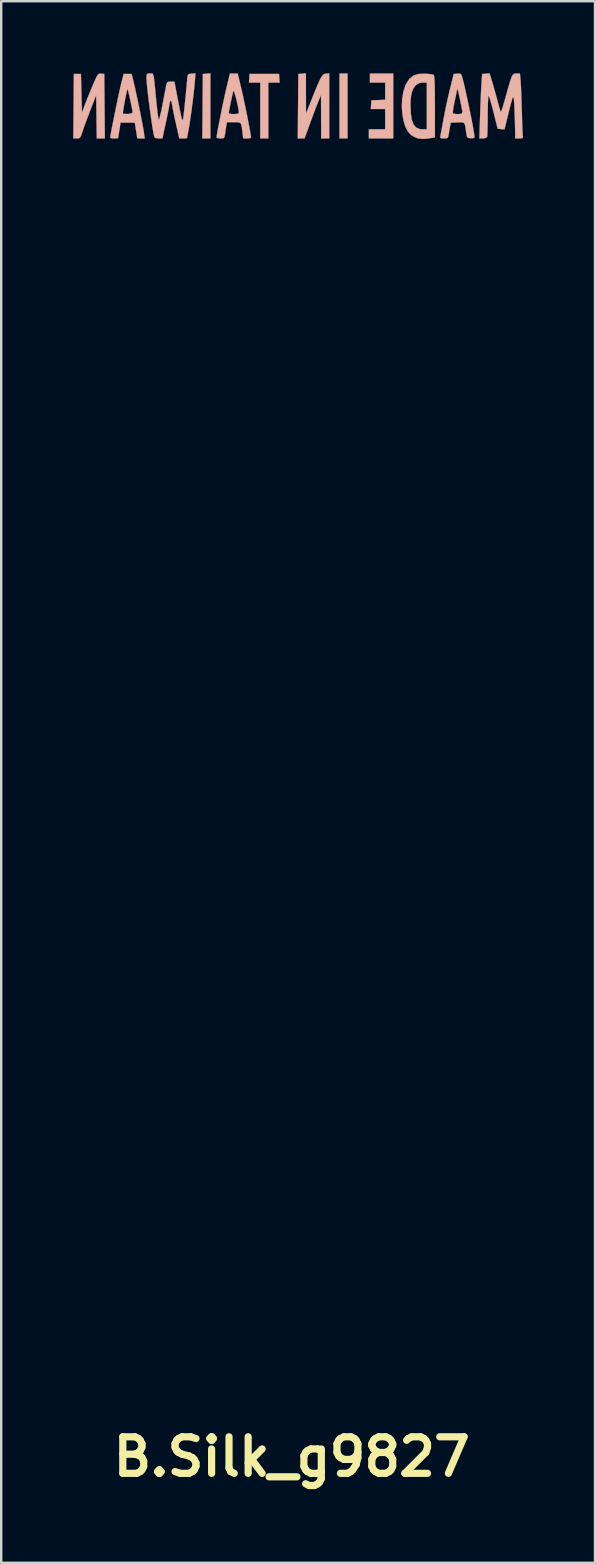
<source format=kicad_pcb>
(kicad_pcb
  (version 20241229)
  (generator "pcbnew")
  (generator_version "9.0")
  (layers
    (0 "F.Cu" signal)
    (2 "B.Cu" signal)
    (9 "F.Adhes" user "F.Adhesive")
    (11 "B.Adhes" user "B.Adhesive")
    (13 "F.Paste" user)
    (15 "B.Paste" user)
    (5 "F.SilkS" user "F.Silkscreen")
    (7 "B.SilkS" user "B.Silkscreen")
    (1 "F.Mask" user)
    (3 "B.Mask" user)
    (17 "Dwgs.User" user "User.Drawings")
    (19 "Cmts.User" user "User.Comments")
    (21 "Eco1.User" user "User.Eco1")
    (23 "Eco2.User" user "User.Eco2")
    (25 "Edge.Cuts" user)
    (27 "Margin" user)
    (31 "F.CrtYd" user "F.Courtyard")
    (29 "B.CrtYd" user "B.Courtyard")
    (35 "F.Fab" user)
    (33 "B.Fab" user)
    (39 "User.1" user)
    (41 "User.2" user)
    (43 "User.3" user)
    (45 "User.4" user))
  (footprint "B.Silk_g9827"
    (layer "F.Cu")
    (at 9.108 57.669)
    (property "Reference" "B.Silk_g9827" (at 0 0 0) (layer "F.SilkS") (effects (font (size 1.524 1.524) (thickness 0.3))))
    (attr through_hole)
    (fp_poly (pts (xy 2.328 -54.949) (xy 1.99 -54.949) (xy 1.99 -57.658) (xy 2.328 -57.658) (xy 2.328 -54.949)) (stroke (width 0.01) (type solid)) (fill yes) (layer "B.SilkS"))
    (fp_poly (pts (xy -3.387 -54.949) (xy -3.727 -54.949) (xy -3.715 -56.293) (xy -3.704 -57.637) (xy -3.387 -57.663) (xy -3.387 -54.949)) (stroke (width 0.01) (type solid)) (fill yes) (layer "B.SilkS"))
    (fp_poly (pts (xy -0.516 -57.457) (xy -0.503 -57.277) (xy -0.974 -57.277) (xy -0.974 -54.949) (xy -1.312 -54.949) (xy -1.312 -57.277) (xy -1.783 -57.277) (xy -1.77 -57.457) (xy -1.757 -57.637) (xy -0.529 -57.637) (xy -0.516 -57.457)) (stroke (width 0.01) (type solid)) (fill yes) (layer "B.SilkS"))
    (fp_poly (pts (xy 4.233 -54.949) (xy 3.217 -54.949) (xy 3.217 -55.33) (xy 3.895 -55.33) (xy 3.895 -56.176) (xy 3.297 -56.176) (xy 3.31 -56.356) (xy 3.323 -56.536) (xy 3.895 -56.561) (xy 3.895 -57.277) (xy 3.26 -57.277) (xy 3.26 -57.658) (xy 4.233 -57.658) (xy 4.233 -54.949)) (stroke (width 0.01) (type solid)) (fill yes) (layer "B.SilkS"))
    (fp_poly (pts (xy 1.566 -54.949) (xy 1.228 -54.949) (xy 1.225 -55.848) (xy 1.222 -56.748) (xy 1.137 -56.557) (xy 1.095 -56.454) (xy 1.03 -56.289) (xy 0.951 -56.08) (xy 0.862 -55.843) (xy 0.794 -55.658) (xy 0.536 -54.949) (xy 0.253 -54.949) (xy 0.264 -56.293) (xy 0.275 -57.637) (xy 0.593 -57.663) (xy 0.594 -56.824) (xy 0.596 -55.986) (xy 0.841 -56.6) (xy 0.967 -56.913) (xy 1.067 -57.156) (xy 1.147 -57.339) (xy 1.212 -57.469) (xy 1.266 -57.556) (xy 1.316 -57.609) (xy 1.365 -57.637) (xy 1.419 -57.649) (xy 1.429 -57.65) (xy 1.566 -57.663) (xy 1.566 -54.949)) (stroke (width 0.01) (type solid)) (fill yes) (layer "B.SilkS"))
    (fp_poly (pts (xy -7.943 -57.65) (xy -7.811 -57.637) (xy -7.799 -56.293) (xy -7.788 -54.949) (xy -8.126 -54.949) (xy -8.138 -55.848) (xy -8.149 -56.748) (xy -8.366 -56.197) (xy -8.458 -55.958) (xy -8.551 -55.71) (xy -8.634 -55.482) (xy -8.696 -55.303) (xy -8.697 -55.298) (xy -8.754 -55.13) (xy -8.796 -55.027) (xy -8.835 -54.973) (xy -8.883 -54.952) (xy -8.951 -54.949) (xy -8.958 -54.949) (xy -9.103 -54.949) (xy -9.092 -56.293) (xy -9.081 -57.637) (xy -8.784 -57.637) (xy -8.763 -56.834) (xy -8.742 -56.031) (xy -8.599 -56.411) (xy -8.516 -56.621) (xy -8.416 -56.869) (xy -8.313 -57.115) (xy -8.265 -57.226) (xy -8.182 -57.415) (xy -8.122 -57.539) (xy -8.076 -57.612) (xy -8.034 -57.645) (xy -7.985 -57.653) (xy -7.943 -57.65)) (stroke (width 0.01) (type solid)) (fill yes) (layer "B.SilkS"))
    (fp_poly (pts (xy 5.57 -57.647) (xy 5.727 -57.634) (xy 5.851 -57.617) (xy 5.919 -57.599) (xy 5.92 -57.599) (xy 5.935 -57.562) (xy 5.947 -57.47) (xy 5.956 -57.317) (xy 5.963 -57.097) (xy 5.967 -56.805) (xy 5.969 -56.436) (xy 5.969 -56.284) (xy 5.969 -55) (xy 5.874 -54.977) (xy 5.648 -54.939) (xy 5.434 -54.93) (xy 5.262 -54.951) (xy 5.251 -54.954) (xy 5.109 -55.012) (xy 4.981 -55.086) (xy 4.846 -55.229) (xy 4.738 -55.436) (xy 4.659 -55.693) (xy 4.609 -55.983) (xy 4.59 -56.29) (xy 4.591 -56.311) (xy 4.953 -56.311) (xy 4.966 -55.977) (xy 5.008 -55.718) (xy 5.08 -55.529) (xy 5.186 -55.405) (xy 5.328 -55.342) (xy 5.446 -55.33) (xy 5.63 -55.33) (xy 5.63 -57.277) (xy 5.458 -57.277) (xy 5.311 -57.257) (xy 5.195 -57.186) (xy 5.165 -57.157) (xy 5.072 -57.037) (xy 5.009 -56.886) (xy 4.971 -56.687) (xy 4.954 -56.426) (xy 4.953 -56.311) (xy 4.591 -56.311) (xy 4.604 -56.598) (xy 4.653 -56.892) (xy 4.737 -57.155) (xy 4.773 -57.231) (xy 4.905 -57.433) (xy 5.069 -57.566) (xy 5.276 -57.635) (xy 5.537 -57.649) (xy 5.57 -57.647)) (stroke (width 0.01) (type solid)) (fill yes) (layer "B.SilkS"))
    (fp_poly (pts (xy -6.573 -57.235) (xy -6.523 -57.02) (xy -6.466 -56.759) (xy -6.405 -56.471) (xy -6.344 -56.173) (xy -6.285 -55.881) (xy -6.233 -55.613) (xy -6.191 -55.386) (xy -6.163 -55.218) (xy -6.156 -55.171) (xy -6.127 -54.949) (xy -6.281 -54.949) (xy -6.382 -54.951) (xy -6.435 -54.958) (xy -6.437 -54.959) (xy -6.445 -55.003) (xy -6.462 -55.109) (xy -6.485 -55.256) (xy -6.49 -55.287) (xy -6.54 -55.605) (xy -7.133 -55.605) (xy -7.183 -55.287) (xy -7.208 -55.135) (xy -7.226 -55.019) (xy -7.236 -54.962) (xy -7.236 -54.959) (xy -7.276 -54.953) (xy -7.371 -54.949) (xy -7.407 -54.949) (xy -7.514 -54.953) (xy -7.558 -54.977) (xy -7.559 -55.038) (xy -7.555 -55.065) (xy -7.517 -55.273) (xy -7.467 -55.53) (xy -7.409 -55.82) (xy -7.375 -55.991) (xy -7.035 -55.991) (xy -7.034 -55.985) (xy -6.98 -55.973) (xy -6.874 -55.971) (xy -6.817 -55.973) (xy -6.692 -55.99) (xy -6.637 -56.022) (xy -6.633 -56.049) (xy -6.647 -56.141) (xy -6.673 -56.28) (xy -6.707 -56.445) (xy -6.745 -56.619) (xy -6.781 -56.78) (xy -6.812 -56.912) (xy -6.834 -56.993) (xy -6.842 -57.01) (xy -6.86 -56.961) (xy -6.887 -56.849) (xy -6.92 -56.695) (xy -6.954 -56.519) (xy -6.987 -56.341) (xy -7.013 -56.18) (xy -7.031 -56.057) (xy -7.035 -55.991) (xy -7.375 -55.991) (xy -7.347 -56.125) (xy -7.285 -56.429) (xy -7.225 -56.713) (xy -7.171 -56.961) (xy -7.127 -57.156) (xy -7.103 -57.256) (xy -7.006 -57.637) (xy -6.67 -57.637) (xy -6.573 -57.235)) (stroke (width 0.01) (type solid)) (fill yes) (layer "B.SilkS"))
    (fp_poly (pts (xy -2.101 -57.034) (xy -2.056 -56.84) (xy -2.005 -56.605) (xy -1.95 -56.345) (xy -1.894 -56.072) (xy -1.839 -55.801) (xy -1.79 -55.547) (xy -1.747 -55.324) (xy -1.716 -55.145) (xy -1.697 -55.026) (xy -1.693 -54.987) (xy -1.731 -54.963) (xy -1.824 -54.949) (xy -1.858 -54.949) (xy -2.022 -54.949) (xy -2.051 -55.192) (xy -2.075 -55.386) (xy -2.099 -55.512) (xy -2.135 -55.584) (xy -2.195 -55.617) (xy -2.293 -55.626) (xy -2.413 -55.626) (xy -2.7 -55.626) (xy -2.724 -55.488) (xy -2.745 -55.359) (xy -2.768 -55.201) (xy -2.776 -55.15) (xy -2.795 -55.029) (xy -2.825 -54.97) (xy -2.886 -54.951) (xy -2.968 -54.949) (xy -3.072 -54.957) (xy -3.129 -54.979) (xy -3.133 -54.987) (xy -3.124 -55.06) (xy -3.101 -55.202) (xy -3.065 -55.397) (xy -3.02 -55.633) (xy -2.968 -55.895) (xy -2.946 -56.002) (xy -2.625 -56.002) (xy -2.587 -55.981) (xy -2.489 -55.967) (xy -2.413 -55.965) (xy -2.284 -55.97) (xy -2.221 -55.99) (xy -2.203 -56.032) (xy -2.203 -56.039) (xy -2.212 -56.13) (xy -2.237 -56.264) (xy -2.271 -56.423) (xy -2.311 -56.587) (xy -2.351 -56.738) (xy -2.387 -56.859) (xy -2.415 -56.93) (xy -2.428 -56.938) (xy -2.446 -56.874) (xy -2.476 -56.749) (xy -2.512 -56.587) (xy -2.549 -56.41) (xy -2.583 -56.241) (xy -2.61 -56.102) (xy -2.624 -56.015) (xy -2.625 -56.002) (xy -2.946 -56.002) (xy -2.913 -56.168) (xy -2.857 -56.438) (xy -2.802 -56.691) (xy -2.753 -56.913) (xy -2.725 -57.034) (xy -2.575 -57.658) (xy -2.251 -57.658) (xy -2.101 -57.034)) (stroke (width 0.01) (type solid)) (fill yes) (layer "B.SilkS"))
    (fp_poly (pts (xy 7.061 -57.626) (xy 7.095 -57.548) (xy 7.113 -57.484) (xy 7.162 -57.291) (xy 7.219 -57.05) (xy 7.281 -56.776) (xy 7.345 -56.481) (xy 7.408 -56.18) (xy 7.468 -55.885) (xy 7.522 -55.611) (xy 7.566 -55.371) (xy 7.599 -55.179) (xy 7.617 -55.048) (xy 7.62 -55.007) (xy 7.596 -54.965) (xy 7.514 -54.954) (xy 7.462 -54.957) (xy 7.371 -54.968) (xy 7.32 -54.996) (xy 7.293 -55.064) (xy 7.273 -55.192) (xy 7.271 -55.203) (xy 7.245 -55.395) (xy 7.22 -55.519) (xy 7.185 -55.589) (xy 7.126 -55.618) (xy 7.031 -55.623) (xy 6.911 -55.617) (xy 6.628 -55.605) (xy 6.598 -55.435) (xy 6.57 -55.276) (xy 6.544 -55.118) (xy 6.542 -55.107) (xy 6.519 -55.006) (xy 6.478 -54.961) (xy 6.391 -54.949) (xy 6.343 -54.949) (xy 6.235 -54.953) (xy 6.191 -54.976) (xy 6.191 -55.029) (xy 6.194 -55.044) (xy 6.209 -55.118) (xy 6.236 -55.258) (xy 6.271 -55.447) (xy 6.311 -55.666) (xy 6.329 -55.765) (xy 6.383 -56.047) (xy 6.715 -56.047) (xy 6.715 -55.999) (xy 6.766 -55.978) (xy 6.871 -55.966) (xy 6.924 -55.965) (xy 7.041 -55.97) (xy 7.096 -55.992) (xy 7.111 -56.043) (xy 7.111 -56.06) (xy 7.103 -56.125) (xy 7.081 -56.244) (xy 7.051 -56.396) (xy 7.016 -56.565) (xy 6.98 -56.73) (xy 6.947 -56.874) (xy 6.921 -56.978) (xy 6.906 -57.024) (xy 6.904 -57.023) (xy 6.894 -56.976) (xy 6.87 -56.863) (xy 6.836 -56.701) (xy 6.797 -56.517) (xy 6.758 -56.324) (xy 6.73 -56.161) (xy 6.715 -56.047) (xy 6.383 -56.047) (xy 6.385 -56.057) (xy 6.455 -56.391) (xy 6.528 -56.723) (xy 6.597 -57.014) (xy 6.752 -57.637) (xy 6.909 -57.65) (xy 7.007 -57.653) (xy 7.061 -57.626)) (stroke (width 0.01) (type solid)) (fill yes) (layer "B.SilkS"))
    (fp_poly (pts (xy 8.355 -57.311) (xy 8.414 -57.112) (xy 8.482 -56.869) (xy 8.55 -56.622) (xy 8.581 -56.504) (xy 8.63 -56.322) (xy 8.673 -56.175) (xy 8.706 -56.079) (xy 8.721 -56.05) (xy 8.738 -56.088) (xy 8.774 -56.195) (xy 8.824 -56.357) (xy 8.883 -56.559) (xy 8.927 -56.716) (xy 9.011 -57.017) (xy 9.077 -57.245) (xy 9.13 -57.412) (xy 9.174 -57.526) (xy 9.215 -57.598) (xy 9.256 -57.638) (xy 9.302 -57.654) (xy 9.358 -57.658) (xy 9.369 -57.658) (xy 9.513 -57.658) (xy 9.54 -57.372) (xy 9.549 -57.243) (xy 9.559 -57.047) (xy 9.57 -56.801) (xy 9.579 -56.524) (xy 9.588 -56.232) (xy 9.59 -56.155) (xy 9.598 -55.874) (xy 9.606 -55.614) (xy 9.614 -55.39) (xy 9.621 -55.216) (xy 9.628 -55.107) (xy 9.63 -55.086) (xy 9.636 -54.998) (xy 9.609 -54.959) (xy 9.528 -54.949) (xy 9.48 -54.949) (xy 9.313 -54.949) (xy 9.313 -55.217) (xy 9.311 -55.357) (xy 9.306 -55.559) (xy 9.298 -55.798) (xy 9.289 -56.05) (xy 9.285 -56.136) (xy 9.275 -56.371) (xy 9.264 -56.54) (xy 9.251 -56.641) (xy 9.232 -56.673) (xy 9.205 -56.632) (xy 9.167 -56.517) (xy 9.116 -56.325) (xy 9.048 -56.054) (xy 9.013 -55.91) (xy 8.869 -55.326) (xy 8.585 -55.351) (xy 8.414 -56.039) (xy 8.355 -56.266) (xy 8.301 -56.462) (xy 8.255 -56.613) (xy 8.221 -56.705) (xy 8.206 -56.727) (xy 8.195 -56.686) (xy 8.186 -56.574) (xy 8.178 -56.404) (xy 8.173 -56.187) (xy 8.17 -55.936) (xy 8.17 -55.905) (xy 8.169 -55.646) (xy 8.165 -55.413) (xy 8.16 -55.222) (xy 8.153 -55.085) (xy 8.145 -55.017) (xy 8.145 -55.016) (xy 8.08 -54.963) (xy 7.97 -54.949) (xy 7.82 -54.949) (xy 7.852 -55.912) (xy 7.862 -56.217) (xy 7.874 -56.519) (xy 7.886 -56.799) (xy 7.898 -57.038) (xy 7.908 -57.217) (xy 7.91 -57.256) (xy 7.938 -57.637) (xy 8.093 -57.65) (xy 8.248 -57.663) (xy 8.355 -57.311)) (stroke (width 0.01) (type solid)) (fill yes) (layer "B.SilkS"))
    (fp_poly (pts (xy -4.039 -57.291) (xy -4.062 -57.043) (xy -4.096 -56.742) (xy -4.137 -56.41) (xy -4.181 -56.072) (xy -4.227 -55.753) (xy -4.27 -55.475) (xy -4.298 -55.314) (xy -4.327 -55.157) (xy -4.349 -55.035) (xy -4.36 -54.97) (xy -4.36 -54.965) (xy -4.398 -54.955) (xy -4.491 -54.949) (xy -4.523 -54.949) (xy -4.686 -54.949) (xy -4.82 -55.543) (xy -4.872 -55.774) (xy -4.918 -55.993) (xy -4.955 -56.177) (xy -4.978 -56.306) (xy -4.981 -56.327) (xy -5.008 -56.468) (xy -5.036 -56.528) (xy -5.065 -56.505) (xy -5.09 -56.399) (xy -5.094 -56.372) (xy -5.112 -56.265) (xy -5.144 -56.095) (xy -5.187 -55.884) (xy -5.236 -55.651) (xy -5.254 -55.569) (xy -5.388 -54.949) (xy -5.549 -54.949) (xy -5.669 -54.962) (xy -5.725 -55.008) (xy -5.731 -55.023) (xy -5.756 -55.137) (xy -5.789 -55.321) (xy -5.826 -55.557) (xy -5.866 -55.832) (xy -5.907 -56.128) (xy -5.947 -56.431) (xy -5.983 -56.724) (xy -6.014 -56.994) (xy -6.037 -57.223) (xy -6.051 -57.397) (xy -6.054 -57.476) (xy -6.05 -57.589) (xy -6.026 -57.642) (xy -5.964 -57.657) (xy -5.908 -57.658) (xy -5.862 -57.66) (xy -5.825 -57.659) (xy -5.797 -57.646) (xy -5.774 -57.612) (xy -5.755 -57.547) (xy -5.738 -57.441) (xy -5.719 -57.286) (xy -5.698 -57.072) (xy -5.671 -56.79) (xy -5.649 -56.557) (xy -5.624 -56.311) (xy -5.599 -56.09) (xy -5.577 -55.91) (xy -5.559 -55.786) (xy -5.548 -55.737) (xy -5.53 -55.746) (xy -5.5 -55.832) (xy -5.46 -55.992) (xy -5.412 -56.22) (xy -5.382 -56.372) (xy -5.335 -56.616) (xy -5.293 -56.839) (xy -5.257 -57.023) (xy -5.233 -57.152) (xy -5.223 -57.203) (xy -5.196 -57.281) (xy -5.139 -57.313) (xy -5.044 -57.319) (xy -4.888 -57.319) (xy -4.746 -56.568) (xy -4.686 -56.258) (xy -4.64 -56.025) (xy -4.604 -55.861) (xy -4.577 -55.759) (xy -4.557 -55.713) (xy -4.541 -55.716) (xy -4.528 -55.761) (xy -4.518 -55.819) (xy -4.506 -55.913) (xy -4.488 -56.074) (xy -4.465 -56.282) (xy -4.441 -56.52) (xy -4.416 -56.771) (xy -4.392 -57.015) (xy -4.372 -57.235) (xy -4.356 -57.413) (xy -4.35 -57.489) (xy -4.336 -57.585) (xy -4.295 -57.63) (xy -4.202 -57.648) (xy -4.174 -57.65) (xy -4.01 -57.664) (xy -4.039 -57.291)) (stroke (width 0.01) (type solid)) (fill yes) (layer "B.SilkS")))
  (gr_rect
    (start -3 -3)
    (end 21.749 62.087)
    (stroke (width 0.1) (type default))
    (fill no)
    (layer "Edge.Cuts")))
</source>
